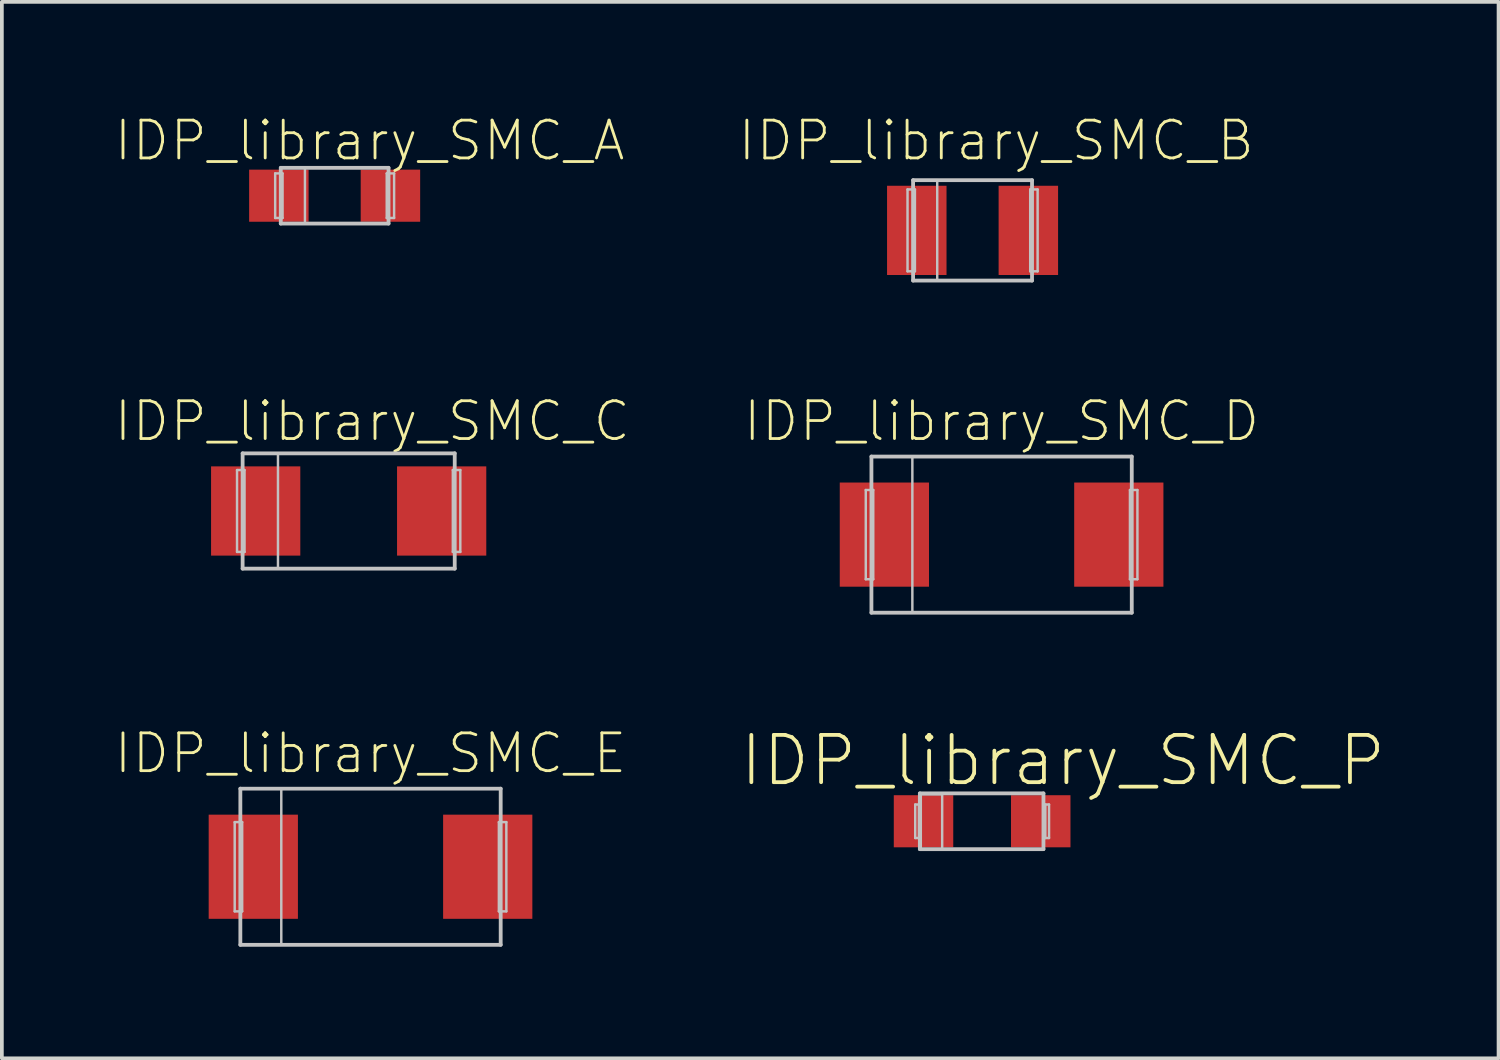
<source format=kicad_pcb>
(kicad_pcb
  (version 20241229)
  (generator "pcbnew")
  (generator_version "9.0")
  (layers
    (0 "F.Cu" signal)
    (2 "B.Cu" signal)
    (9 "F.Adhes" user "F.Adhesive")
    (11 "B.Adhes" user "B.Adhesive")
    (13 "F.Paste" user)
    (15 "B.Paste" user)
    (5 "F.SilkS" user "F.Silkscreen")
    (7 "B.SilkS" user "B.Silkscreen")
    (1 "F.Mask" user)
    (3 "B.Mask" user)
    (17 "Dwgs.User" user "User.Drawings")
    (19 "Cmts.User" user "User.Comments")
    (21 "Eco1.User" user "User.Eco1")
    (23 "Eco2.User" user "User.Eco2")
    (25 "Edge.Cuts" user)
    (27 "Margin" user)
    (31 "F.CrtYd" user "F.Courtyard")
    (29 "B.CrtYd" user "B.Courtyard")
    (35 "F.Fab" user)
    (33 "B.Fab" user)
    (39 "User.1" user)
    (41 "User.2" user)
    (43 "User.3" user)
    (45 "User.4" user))
  (footprint "IDP_library_SMC_P"
    (layer "F.Cu")
    (at 23.343 19.02)
    (property "Reference" "IDP_library_SMC_P" (at 2.174 -1.633 0) (layer "F.SilkS") (effects (font (size 1.27 1.27) (thickness 0.102))))
    (attr smd)
    (fp_line (start -1.798 -0.45) (end -1.699 -0.45) (stroke (width 0.066) (type solid)) (layer "Dwgs.User"))
    (fp_line (start -1.798 0.45) (end -1.798 -0.45) (stroke (width 0.066) (type solid)) (layer "Dwgs.User"))
    (fp_line (start -1.798 0.45) (end -1.699 0.45) (stroke (width 0.066) (type solid)) (layer "Dwgs.User"))
    (fp_line (start -1.699 0.45) (end -1.699 -0.45) (stroke (width 0.066) (type solid)) (layer "Dwgs.User"))
    (fp_line (start -1.674 -0.749) (end -1.674 0.749) (stroke (width 0.102) (type solid)) (layer "Dwgs.User"))
    (fp_line (start -1.674 -0.749) (end 1.648 -0.749) (stroke (width 0.102) (type solid)) (layer "Dwgs.User"))
    (fp_line (start -1.648 -0.724) (end -1.074 -0.724) (stroke (width 0.066) (type solid)) (layer "Dwgs.User"))
    (fp_line (start -1.648 0.749) (end -1.648 -0.724) (stroke (width 0.066) (type solid)) (layer "Dwgs.User"))
    (fp_line (start -1.648 0.749) (end -1.074 0.749) (stroke (width 0.066) (type solid)) (layer "Dwgs.User"))
    (fp_line (start -1.074 0.749) (end -1.074 -0.724) (stroke (width 0.066) (type solid)) (layer "Dwgs.User"))
    (fp_line (start 1.648 0.749) (end -1.674 0.749) (stroke (width 0.102) (type solid)) (layer "Dwgs.User"))
    (fp_line (start 1.648 0.749) (end 1.648 -0.749) (stroke (width 0.102) (type solid)) (layer "Dwgs.User"))
    (fp_line (start 1.699 -0.45) (end 1.699 0.45) (stroke (width 0.066) (type solid)) (layer "Dwgs.User"))
    (fp_line (start 1.798 -0.45) (end 1.699 -0.45) (stroke (width 0.066) (type solid)) (layer "Dwgs.User"))
    (fp_line (start 1.798 -0.45) (end 1.798 0.45) (stroke (width 0.066) (type solid)) (layer "Dwgs.User"))
    (fp_line (start 1.798 0.45) (end 1.699 0.45) (stroke (width 0.066) (type solid)) (layer "Dwgs.User"))
    (pad "+" smd rect (at -1.575 0) (size 1.598 1.4) (layers "F.Cu" "F.Mask" "F.Paste"))
    (pad "-" smd rect (at 1.575 0 180) (size 1.598 1.4) (layers "F.Cu" "F.Mask" "F.Paste")))
  (footprint "IDP_library_SMC_D"
    (layer "F.Cu")
    (at 23.866 11.317)
    (property "Reference" "IDP_library_SMC_D" (at 0 -3.048 0) (layer "F.SilkS") (effects (font (size 1.016 1.016) (thickness 0.076))))
    (attr smd)
    (fp_line (start -3.65 -1.199) (end -3.449 -1.199) (stroke (width 0.066) (type solid)) (layer "Dwgs.User"))
    (fp_line (start -3.65 1.199) (end -3.65 -1.199) (stroke (width 0.066) (type solid)) (layer "Dwgs.User"))
    (fp_line (start -3.65 1.199) (end -3.449 1.199) (stroke (width 0.066) (type solid)) (layer "Dwgs.User"))
    (fp_line (start -3.498 -2.098) (end -2.398 -2.098) (stroke (width 0.066) (type solid)) (layer "Dwgs.User"))
    (fp_line (start -3.498 -2.098) (end 3.498 -2.098) (stroke (width 0.102) (type solid)) (layer "Dwgs.User"))
    (fp_line (start -3.498 2.098) (end -3.498 -2.098) (stroke (width 0.066) (type solid)) (layer "Dwgs.User"))
    (fp_line (start -3.498 2.098) (end -3.498 -2.098) (stroke (width 0.102) (type solid)) (layer "Dwgs.User"))
    (fp_line (start -3.498 2.098) (end -2.398 2.098) (stroke (width 0.066) (type solid)) (layer "Dwgs.User"))
    (fp_line (start -3.449 1.199) (end -3.449 -1.199) (stroke (width 0.066) (type solid)) (layer "Dwgs.User"))
    (fp_line (start -2.398 2.098) (end -2.398 -2.098) (stroke (width 0.066) (type solid)) (layer "Dwgs.User"))
    (fp_line (start 3.449 -1.199) (end 3.449 1.199) (stroke (width 0.066) (type solid)) (layer "Dwgs.User"))
    (fp_line (start 3.498 -2.098) (end 3.498 2.098) (stroke (width 0.102) (type solid)) (layer "Dwgs.User"))
    (fp_line (start 3.498 2.098) (end -3.498 2.098) (stroke (width 0.102) (type solid)) (layer "Dwgs.User"))
    (fp_line (start 3.65 -1.199) (end 3.449 -1.199) (stroke (width 0.066) (type solid)) (layer "Dwgs.User"))
    (fp_line (start 3.65 -1.199) (end 3.65 1.199) (stroke (width 0.066) (type solid)) (layer "Dwgs.User"))
    (fp_line (start 3.65 1.199) (end 3.449 1.199) (stroke (width 0.066) (type solid)) (layer "Dwgs.User"))
    (pad "+" smd rect (at -3.15 0) (size 2.398 2.799) (layers "F.Cu" "F.Mask" "F.Paste"))
    (pad "-" smd rect (at 3.15 0 180) (size 2.398 2.799) (layers "F.Cu" "F.Mask" "F.Paste")))
  (footprint "IDP_library_SMC_B"
    (layer "F.Cu")
    (at 23.086 3.141)
    (property "Reference" "IDP_library_SMC_B" (at 0.635 -2.413 0) (layer "F.SilkS") (effects (font (size 1.016 1.016) (thickness 0.076))))
    (attr smd)
    (fp_line (start -1.748 -1.1) (end -1.549 -1.1) (stroke (width 0.066) (type solid)) (layer "Dwgs.User"))
    (fp_line (start -1.748 1.1) (end -1.748 -1.1) (stroke (width 0.066) (type solid)) (layer "Dwgs.User"))
    (fp_line (start -1.748 1.1) (end -1.549 1.1) (stroke (width 0.066) (type solid)) (layer "Dwgs.User"))
    (fp_line (start -1.598 -1.349) (end -0.95 -1.349) (stroke (width 0.066) (type solid)) (layer "Dwgs.User"))
    (fp_line (start -1.598 -1.349) (end 1.598 -1.349) (stroke (width 0.102) (type solid)) (layer "Dwgs.User"))
    (fp_line (start -1.598 1.349) (end -1.598 -1.349) (stroke (width 0.066) (type solid)) (layer "Dwgs.User"))
    (fp_line (start -1.598 1.349) (end -1.598 -1.349) (stroke (width 0.102) (type solid)) (layer "Dwgs.User"))
    (fp_line (start -1.598 1.349) (end -0.95 1.349) (stroke (width 0.066) (type solid)) (layer "Dwgs.User"))
    (fp_line (start -1.549 1.1) (end -1.549 -1.1) (stroke (width 0.066) (type solid)) (layer "Dwgs.User"))
    (fp_line (start -0.95 1.349) (end -0.95 -1.349) (stroke (width 0.066) (type solid)) (layer "Dwgs.User"))
    (fp_line (start 1.549 -1.1) (end 1.549 1.1) (stroke (width 0.066) (type solid)) (layer "Dwgs.User"))
    (fp_line (start 1.598 -1.349) (end 1.598 1.349) (stroke (width 0.102) (type solid)) (layer "Dwgs.User"))
    (fp_line (start 1.598 1.349) (end -1.598 1.349) (stroke (width 0.102) (type solid)) (layer "Dwgs.User"))
    (fp_line (start 1.748 -1.1) (end 1.549 -1.1) (stroke (width 0.066) (type solid)) (layer "Dwgs.User"))
    (fp_line (start 1.748 -1.1) (end 1.748 1.1) (stroke (width 0.066) (type solid)) (layer "Dwgs.User"))
    (fp_line (start 1.748 1.1) (end 1.549 1.1) (stroke (width 0.066) (type solid)) (layer "Dwgs.User"))
    (pad "+" smd rect (at -1.499 0) (size 1.598 2.398) (layers "F.Cu" "F.Mask" "F.Paste"))
    (pad "-" smd rect (at 1.499 0 180) (size 1.598 2.398) (layers "F.Cu" "F.Mask" "F.Paste")))
  (footprint "IDP_library_SMC_E"
    (layer "F.Cu")
    (at 6.907 20.242)
    (property "Reference" "IDP_library_SMC_E" (at 0 -3.048 0) (layer "F.SilkS") (effects (font (size 1.016 1.016) (thickness 0.076))))
    (attr smd)
    (fp_line (start -3.65 -1.199) (end -3.449 -1.199) (stroke (width 0.066) (type solid)) (layer "Dwgs.User"))
    (fp_line (start -3.65 1.199) (end -3.65 -1.199) (stroke (width 0.066) (type solid)) (layer "Dwgs.User"))
    (fp_line (start -3.65 1.199) (end -3.449 1.199) (stroke (width 0.066) (type solid)) (layer "Dwgs.User"))
    (fp_line (start -3.498 -2.098) (end -2.398 -2.098) (stroke (width 0.066) (type solid)) (layer "Dwgs.User"))
    (fp_line (start -3.498 -2.098) (end 3.498 -2.098) (stroke (width 0.102) (type solid)) (layer "Dwgs.User"))
    (fp_line (start -3.498 2.098) (end -3.498 -2.098) (stroke (width 0.066) (type solid)) (layer "Dwgs.User"))
    (fp_line (start -3.498 2.098) (end -3.498 -2.098) (stroke (width 0.102) (type solid)) (layer "Dwgs.User"))
    (fp_line (start -3.498 2.098) (end -2.398 2.098) (stroke (width 0.066) (type solid)) (layer "Dwgs.User"))
    (fp_line (start -3.449 1.199) (end -3.449 -1.199) (stroke (width 0.066) (type solid)) (layer "Dwgs.User"))
    (fp_line (start -2.398 2.098) (end -2.398 -2.098) (stroke (width 0.066) (type solid)) (layer "Dwgs.User"))
    (fp_line (start 3.449 -1.199) (end 3.449 1.199) (stroke (width 0.066) (type solid)) (layer "Dwgs.User"))
    (fp_line (start 3.498 -2.098) (end 3.498 2.098) (stroke (width 0.102) (type solid)) (layer "Dwgs.User"))
    (fp_line (start 3.498 2.098) (end -3.498 2.098) (stroke (width 0.102) (type solid)) (layer "Dwgs.User"))
    (fp_line (start 3.65 -1.199) (end 3.449 -1.199) (stroke (width 0.066) (type solid)) (layer "Dwgs.User"))
    (fp_line (start 3.65 -1.199) (end 3.65 1.199) (stroke (width 0.066) (type solid)) (layer "Dwgs.User"))
    (fp_line (start 3.65 1.199) (end 3.449 1.199) (stroke (width 0.066) (type solid)) (layer "Dwgs.User"))
    (pad "+" smd rect (at -3.15 0) (size 2.398 2.799) (layers "F.Cu" "F.Mask" "F.Paste"))
    (pad "-" smd rect (at 3.15 0 180) (size 2.398 2.799) (layers "F.Cu" "F.Mask" "F.Paste")))
  (footprint "IDP_library_SMC_C"
    (layer "F.Cu")
    (at 6.32 10.682)
    (property "Reference" "IDP_library_SMC_C" (at 0.635 -2.413 0) (layer "F.SilkS") (effects (font (size 1.016 1.016) (thickness 0.076))))
    (attr smd)
    (fp_line (start -3 -1.1) (end -2.799 -1.1) (stroke (width 0.066) (type solid)) (layer "Dwgs.User"))
    (fp_line (start -3 1.1) (end -3 -1.1) (stroke (width 0.066) (type solid)) (layer "Dwgs.User"))
    (fp_line (start -3 1.1) (end -2.799 1.1) (stroke (width 0.066) (type solid)) (layer "Dwgs.User"))
    (fp_line (start -2.85 -1.549) (end -1.9 -1.549) (stroke (width 0.066) (type solid)) (layer "Dwgs.User"))
    (fp_line (start -2.85 -1.549) (end 2.85 -1.549) (stroke (width 0.102) (type solid)) (layer "Dwgs.User"))
    (fp_line (start -2.85 1.549) (end -2.85 -1.549) (stroke (width 0.066) (type solid)) (layer "Dwgs.User"))
    (fp_line (start -2.85 1.549) (end -2.85 -1.549) (stroke (width 0.102) (type solid)) (layer "Dwgs.User"))
    (fp_line (start -2.85 1.549) (end -1.9 1.549) (stroke (width 0.066) (type solid)) (layer "Dwgs.User"))
    (fp_line (start -2.799 1.1) (end -2.799 -1.1) (stroke (width 0.066) (type solid)) (layer "Dwgs.User"))
    (fp_line (start -1.9 1.549) (end -1.9 -1.549) (stroke (width 0.066) (type solid)) (layer "Dwgs.User"))
    (fp_line (start 2.799 -1.1) (end 2.799 1.1) (stroke (width 0.066) (type solid)) (layer "Dwgs.User"))
    (fp_line (start 2.85 -1.549) (end 2.85 1.549) (stroke (width 0.102) (type solid)) (layer "Dwgs.User"))
    (fp_line (start 2.85 1.549) (end -2.85 1.549) (stroke (width 0.102) (type solid)) (layer "Dwgs.User"))
    (fp_line (start 3 -1.1) (end 2.799 -1.1) (stroke (width 0.066) (type solid)) (layer "Dwgs.User"))
    (fp_line (start 3 -1.1) (end 3 1.1) (stroke (width 0.066) (type solid)) (layer "Dwgs.User"))
    (fp_line (start 3 1.1) (end 2.799 1.1) (stroke (width 0.066) (type solid)) (layer "Dwgs.User"))
    (pad "+" smd rect (at -2.499 0) (size 2.398 2.398) (layers "F.Cu" "F.Mask" "F.Paste"))
    (pad "-" smd rect (at 2.499 0 180) (size 2.398 2.398) (layers "F.Cu" "F.Mask" "F.Paste")))
  (footprint "IDP_library_SMC_A"
    (layer "F.Cu")
    (at 5.943 2.209)
    (property "Reference" "IDP_library_SMC_A" (at 0.94 -1.481 0) (layer "F.SilkS") (effects (font (size 1.016 1.016) (thickness 0.076))))
    (attr smd)
    (fp_line (start -1.598 -0.599) (end -1.4 -0.599) (stroke (width 0.066) (type solid)) (layer "Dwgs.User"))
    (fp_line (start -1.598 0.599) (end -1.598 -0.599) (stroke (width 0.066) (type solid)) (layer "Dwgs.User"))
    (fp_line (start -1.598 0.599) (end -1.4 0.599) (stroke (width 0.066) (type solid)) (layer "Dwgs.User"))
    (fp_line (start -1.448 -0.749) (end -0.798 -0.749) (stroke (width 0.066) (type solid)) (layer "Dwgs.User"))
    (fp_line (start -1.448 -0.749) (end 1.448 -0.749) (stroke (width 0.102) (type solid)) (layer "Dwgs.User"))
    (fp_line (start -1.448 0.749) (end -1.448 -0.749) (stroke (width 0.066) (type solid)) (layer "Dwgs.User"))
    (fp_line (start -1.448 0.749) (end -1.448 -0.749) (stroke (width 0.102) (type solid)) (layer "Dwgs.User"))
    (fp_line (start -1.448 0.749) (end -0.798 0.749) (stroke (width 0.066) (type solid)) (layer "Dwgs.User"))
    (fp_line (start -1.4 0.599) (end -1.4 -0.599) (stroke (width 0.066) (type solid)) (layer "Dwgs.User"))
    (fp_line (start -0.798 0.749) (end -0.798 -0.749) (stroke (width 0.066) (type solid)) (layer "Dwgs.User"))
    (fp_line (start 1.4 -0.599) (end 1.4 0.599) (stroke (width 0.066) (type solid)) (layer "Dwgs.User"))
    (fp_line (start 1.448 -0.749) (end 1.448 0.749) (stroke (width 0.102) (type solid)) (layer "Dwgs.User"))
    (fp_line (start 1.448 0.749) (end -1.448 0.749) (stroke (width 0.102) (type solid)) (layer "Dwgs.User"))
    (fp_line (start 1.598 -0.599) (end 1.4 -0.599) (stroke (width 0.066) (type solid)) (layer "Dwgs.User"))
    (fp_line (start 1.598 -0.599) (end 1.598 0.599) (stroke (width 0.066) (type solid)) (layer "Dwgs.User"))
    (fp_line (start 1.598 0.599) (end 1.4 0.599) (stroke (width 0.066) (type solid)) (layer "Dwgs.User"))
    (pad "+" smd rect (at -1.499 0) (size 1.598 1.4) (layers "F.Cu" "F.Mask" "F.Paste"))
    (pad "-" smd rect (at 1.499 0 180) (size 1.598 1.4) (layers "F.Cu" "F.Mask" "F.Paste")))
  (gr_rect
    (start -3 -3)
    (end 37.221 25.39)
    (stroke (width 0.1) (type default))
    (fill no)
    (layer "Edge.Cuts")))
</source>
